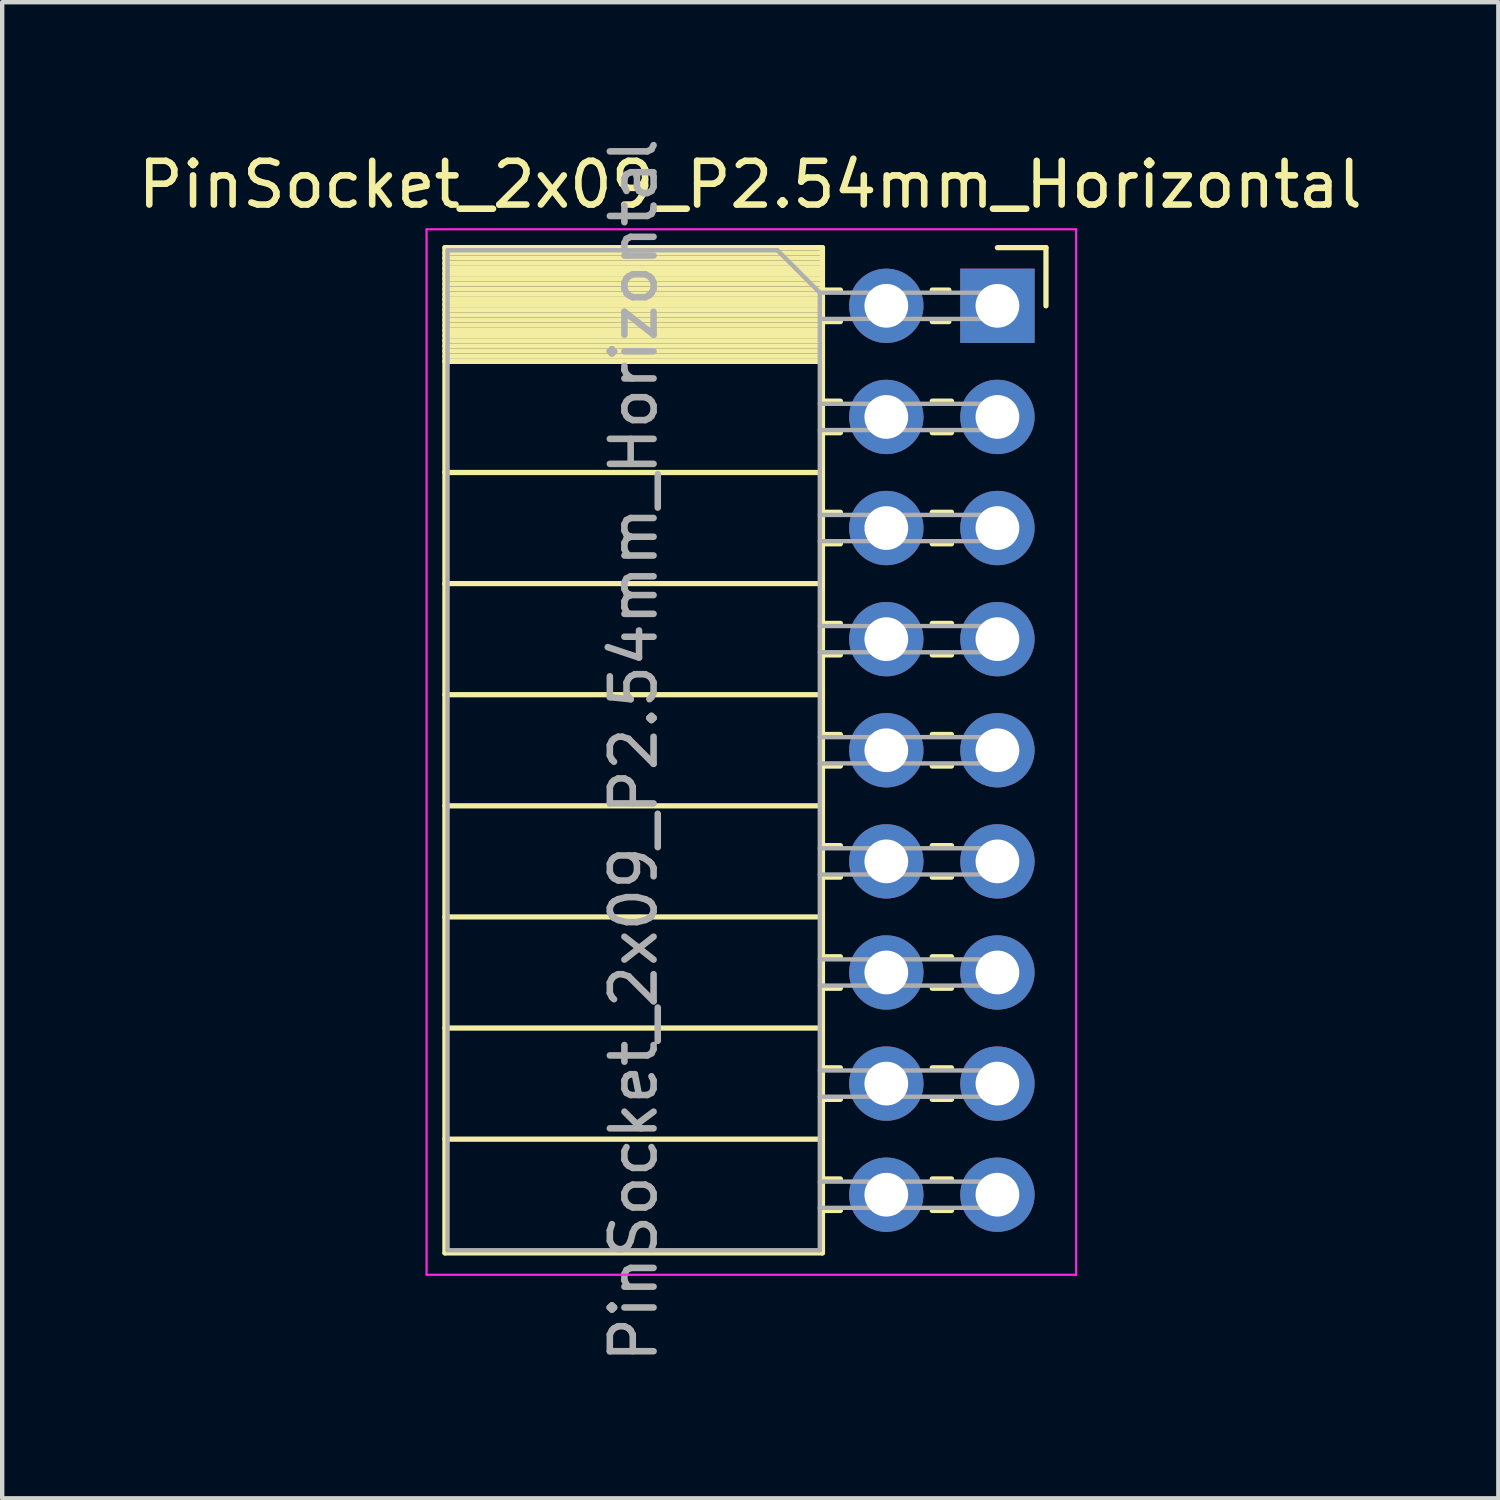
<source format=kicad_pcb>
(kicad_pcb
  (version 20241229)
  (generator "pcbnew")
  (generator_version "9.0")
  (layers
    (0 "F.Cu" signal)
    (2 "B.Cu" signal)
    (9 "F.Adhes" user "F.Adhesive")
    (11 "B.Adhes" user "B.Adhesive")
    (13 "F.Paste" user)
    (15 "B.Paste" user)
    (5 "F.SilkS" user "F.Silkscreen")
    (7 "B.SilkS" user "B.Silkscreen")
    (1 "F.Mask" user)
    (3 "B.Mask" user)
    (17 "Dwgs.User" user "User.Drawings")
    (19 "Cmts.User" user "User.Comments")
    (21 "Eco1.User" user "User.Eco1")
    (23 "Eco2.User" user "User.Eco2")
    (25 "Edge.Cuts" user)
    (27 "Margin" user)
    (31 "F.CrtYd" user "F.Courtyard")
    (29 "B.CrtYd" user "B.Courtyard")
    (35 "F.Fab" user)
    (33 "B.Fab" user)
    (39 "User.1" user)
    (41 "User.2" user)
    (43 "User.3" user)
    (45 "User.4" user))
  (footprint "PinSocket_2x09_P2.54mm_Horizontal"
    (layer "F.Cu")
    (at 19.751 3.941)
    (property "Reference" "PinSocket_2x09_P2.54mm_Horizontal" (at -5.65 -2.77 0) (layer "F.SilkS") (effects (font (size 1 1) (thickness 0.15))))
    (attr through_hole)
    (fp_line (start -12.63 -1.33) (end -12.63 21.65) (stroke (width 0.12) (type solid)) (layer "F.SilkS"))
    (fp_line (start -12.63 -1.33) (end -4 -1.33) (stroke (width 0.12) (type solid)) (layer "F.SilkS"))
    (fp_line (start -12.63 -1.21) (end -4 -1.21) (stroke (width 0.12) (type solid)) (layer "F.SilkS"))
    (fp_line (start -12.63 -1.092) (end -4 -1.092) (stroke (width 0.12) (type solid)) (layer "F.SilkS"))
    (fp_line (start -12.63 -0.974) (end -4 -0.974) (stroke (width 0.12) (type solid)) (layer "F.SilkS"))
    (fp_line (start -12.63 -0.856) (end -4 -0.856) (stroke (width 0.12) (type solid)) (layer "F.SilkS"))
    (fp_line (start -12.63 -0.738) (end -4 -0.738) (stroke (width 0.12) (type solid)) (layer "F.SilkS"))
    (fp_line (start -12.63 -0.62) (end -4 -0.62) (stroke (width 0.12) (type solid)) (layer "F.SilkS"))
    (fp_line (start -12.63 -0.501) (end -4 -0.501) (stroke (width 0.12) (type solid)) (layer "F.SilkS"))
    (fp_line (start -12.63 -0.383) (end -4 -0.383) (stroke (width 0.12) (type solid)) (layer "F.SilkS"))
    (fp_line (start -12.63 -0.265) (end -4 -0.265) (stroke (width 0.12) (type solid)) (layer "F.SilkS"))
    (fp_line (start -12.63 -0.147) (end -4 -0.147) (stroke (width 0.12) (type solid)) (layer "F.SilkS"))
    (fp_line (start -12.63 -0.029) (end -4 -0.029) (stroke (width 0.12) (type solid)) (layer "F.SilkS"))
    (fp_line (start -12.63 0.089) (end -4 0.089) (stroke (width 0.12) (type solid)) (layer "F.SilkS"))
    (fp_line (start -12.63 0.207) (end -4 0.207) (stroke (width 0.12) (type solid)) (layer "F.SilkS"))
    (fp_line (start -12.63 0.325) (end -4 0.325) (stroke (width 0.12) (type solid)) (layer "F.SilkS"))
    (fp_line (start -12.63 0.443) (end -4 0.443) (stroke (width 0.12) (type solid)) (layer "F.SilkS"))
    (fp_line (start -12.63 0.561) (end -4 0.561) (stroke (width 0.12) (type solid)) (layer "F.SilkS"))
    (fp_line (start -12.63 0.68) (end -4 0.68) (stroke (width 0.12) (type solid)) (layer "F.SilkS"))
    (fp_line (start -12.63 0.798) (end -4 0.798) (stroke (width 0.12) (type solid)) (layer "F.SilkS"))
    (fp_line (start -12.63 0.916) (end -4 0.916) (stroke (width 0.12) (type solid)) (layer "F.SilkS"))
    (fp_line (start -12.63 1.034) (end -4 1.034) (stroke (width 0.12) (type solid)) (layer "F.SilkS"))
    (fp_line (start -12.63 1.152) (end -4 1.152) (stroke (width 0.12) (type solid)) (layer "F.SilkS"))
    (fp_line (start -12.63 1.27) (end -4 1.27) (stroke (width 0.12) (type solid)) (layer "F.SilkS"))
    (fp_line (start -12.63 3.81) (end -4 3.81) (stroke (width 0.12) (type solid)) (layer "F.SilkS"))
    (fp_line (start -12.63 6.35) (end -4 6.35) (stroke (width 0.12) (type solid)) (layer "F.SilkS"))
    (fp_line (start -12.63 8.89) (end -4 8.89) (stroke (width 0.12) (type solid)) (layer "F.SilkS"))
    (fp_line (start -12.63 11.43) (end -4 11.43) (stroke (width 0.12) (type solid)) (layer "F.SilkS"))
    (fp_line (start -12.63 13.97) (end -4 13.97) (stroke (width 0.12) (type solid)) (layer "F.SilkS"))
    (fp_line (start -12.63 16.51) (end -4 16.51) (stroke (width 0.12) (type solid)) (layer "F.SilkS"))
    (fp_line (start -12.63 19.05) (end -4 19.05) (stroke (width 0.12) (type solid)) (layer "F.SilkS"))
    (fp_line (start -12.63 21.65) (end -4 21.65) (stroke (width 0.12) (type solid)) (layer "F.SilkS"))
    (fp_line (start -4 -1.33) (end -4 21.65) (stroke (width 0.12) (type solid)) (layer "F.SilkS"))
    (fp_line (start -4 -0.36) (end -3.59 -0.36) (stroke (width 0.12) (type solid)) (layer "F.SilkS"))
    (fp_line (start -4 0.36) (end -3.59 0.36) (stroke (width 0.12) (type solid)) (layer "F.SilkS"))
    (fp_line (start -4 2.18) (end -3.59 2.18) (stroke (width 0.12) (type solid)) (layer "F.SilkS"))
    (fp_line (start -4 2.9) (end -3.59 2.9) (stroke (width 0.12) (type solid)) (layer "F.SilkS"))
    (fp_line (start -4 4.72) (end -3.59 4.72) (stroke (width 0.12) (type solid)) (layer "F.SilkS"))
    (fp_line (start -4 5.44) (end -3.59 5.44) (stroke (width 0.12) (type solid)) (layer "F.SilkS"))
    (fp_line (start -4 7.26) (end -3.59 7.26) (stroke (width 0.12) (type solid)) (layer "F.SilkS"))
    (fp_line (start -4 7.98) (end -3.59 7.98) (stroke (width 0.12) (type solid)) (layer "F.SilkS"))
    (fp_line (start -4 9.8) (end -3.59 9.8) (stroke (width 0.12) (type solid)) (layer "F.SilkS"))
    (fp_line (start -4 10.52) (end -3.59 10.52) (stroke (width 0.12) (type solid)) (layer "F.SilkS"))
    (fp_line (start -4 12.34) (end -3.59 12.34) (stroke (width 0.12) (type solid)) (layer "F.SilkS"))
    (fp_line (start -4 13.06) (end -3.59 13.06) (stroke (width 0.12) (type solid)) (layer "F.SilkS"))
    (fp_line (start -4 14.88) (end -3.59 14.88) (stroke (width 0.12) (type solid)) (layer "F.SilkS"))
    (fp_line (start -4 15.6) (end -3.59 15.6) (stroke (width 0.12) (type solid)) (layer "F.SilkS"))
    (fp_line (start -4 17.42) (end -3.59 17.42) (stroke (width 0.12) (type solid)) (layer "F.SilkS"))
    (fp_line (start -4 18.14) (end -3.59 18.14) (stroke (width 0.12) (type solid)) (layer "F.SilkS"))
    (fp_line (start -4 19.96) (end -3.59 19.96) (stroke (width 0.12) (type solid)) (layer "F.SilkS"))
    (fp_line (start -4 20.68) (end -3.59 20.68) (stroke (width 0.12) (type solid)) (layer "F.SilkS"))
    (fp_line (start -1.49 -0.36) (end -1.11 -0.36) (stroke (width 0.12) (type solid)) (layer "F.SilkS"))
    (fp_line (start -1.49 0.36) (end -1.11 0.36) (stroke (width 0.12) (type solid)) (layer "F.SilkS"))
    (fp_line (start -1.49 2.18) (end -1.05 2.18) (stroke (width 0.12) (type solid)) (layer "F.SilkS"))
    (fp_line (start -1.49 2.9) (end -1.05 2.9) (stroke (width 0.12) (type solid)) (layer "F.SilkS"))
    (fp_line (start -1.49 4.72) (end -1.05 4.72) (stroke (width 0.12) (type solid)) (layer "F.SilkS"))
    (fp_line (start -1.49 5.44) (end -1.05 5.44) (stroke (width 0.12) (type solid)) (layer "F.SilkS"))
    (fp_line (start -1.49 7.26) (end -1.05 7.26) (stroke (width 0.12) (type solid)) (layer "F.SilkS"))
    (fp_line (start -1.49 7.98) (end -1.05 7.98) (stroke (width 0.12) (type solid)) (layer "F.SilkS"))
    (fp_line (start -1.49 9.8) (end -1.05 9.8) (stroke (width 0.12) (type solid)) (layer "F.SilkS"))
    (fp_line (start -1.49 10.52) (end -1.05 10.52) (stroke (width 0.12) (type solid)) (layer "F.SilkS"))
    (fp_line (start -1.49 12.34) (end -1.05 12.34) (stroke (width 0.12) (type solid)) (layer "F.SilkS"))
    (fp_line (start -1.49 13.06) (end -1.05 13.06) (stroke (width 0.12) (type solid)) (layer "F.SilkS"))
    (fp_line (start -1.49 14.88) (end -1.05 14.88) (stroke (width 0.12) (type solid)) (layer "F.SilkS"))
    (fp_line (start -1.49 15.6) (end -1.05 15.6) (stroke (width 0.12) (type solid)) (layer "F.SilkS"))
    (fp_line (start -1.49 17.42) (end -1.05 17.42) (stroke (width 0.12) (type solid)) (layer "F.SilkS"))
    (fp_line (start -1.49 18.14) (end -1.05 18.14) (stroke (width 0.12) (type solid)) (layer "F.SilkS"))
    (fp_line (start -1.49 19.96) (end -1.05 19.96) (stroke (width 0.12) (type solid)) (layer "F.SilkS"))
    (fp_line (start -1.49 20.68) (end -1.05 20.68) (stroke (width 0.12) (type solid)) (layer "F.SilkS"))
    (fp_line (start 0 -1.33) (end 1.11 -1.33) (stroke (width 0.12) (type solid)) (layer "F.SilkS"))
    (fp_line (start 1.11 -1.33) (end 1.11 0) (stroke (width 0.12) (type solid)) (layer "F.SilkS"))
    (fp_line (start -13.05 -1.75) (end -13.05 22.15) (stroke (width 0.05) (type solid)) (layer "F.CrtYd"))
    (fp_line (start -13.05 22.15) (end 1.8 22.15) (stroke (width 0.05) (type solid)) (layer "F.CrtYd"))
    (fp_line (start 1.8 -1.75) (end -13.05 -1.75) (stroke (width 0.05) (type solid)) (layer "F.CrtYd"))
    (fp_line (start 1.8 22.15) (end 1.8 -1.75) (stroke (width 0.05) (type solid)) (layer "F.CrtYd"))
    (fp_line (start -12.57 -1.27) (end -5.03 -1.27) (stroke (width 0.1) (type solid)) (layer "F.Fab"))
    (fp_line (start -12.57 21.59) (end -12.57 -1.27) (stroke (width 0.1) (type solid)) (layer "F.Fab"))
    (fp_line (start -5.03 -1.27) (end -4.06 -0.3) (stroke (width 0.1) (type solid)) (layer "F.Fab"))
    (fp_line (start -4.06 -0.3) (end -4.06 21.59) (stroke (width 0.1) (type solid)) (layer "F.Fab"))
    (fp_line (start -4.06 0.3) (end 0 0.3) (stroke (width 0.1) (type solid)) (layer "F.Fab"))
    (fp_line (start -4.06 2.84) (end 0 2.84) (stroke (width 0.1) (type solid)) (layer "F.Fab"))
    (fp_line (start -4.06 5.38) (end 0 5.38) (stroke (width 0.1) (type solid)) (layer "F.Fab"))
    (fp_line (start -4.06 7.92) (end 0 7.92) (stroke (width 0.1) (type solid)) (layer "F.Fab"))
    (fp_line (start -4.06 10.46) (end 0 10.46) (stroke (width 0.1) (type solid)) (layer "F.Fab"))
    (fp_line (start -4.06 13) (end 0 13) (stroke (width 0.1) (type solid)) (layer "F.Fab"))
    (fp_line (start -4.06 15.54) (end 0 15.54) (stroke (width 0.1) (type solid)) (layer "F.Fab"))
    (fp_line (start -4.06 18.08) (end 0 18.08) (stroke (width 0.1) (type solid)) (layer "F.Fab"))
    (fp_line (start -4.06 20.62) (end 0 20.62) (stroke (width 0.1) (type solid)) (layer "F.Fab"))
    (fp_line (start -4.06 21.59) (end -12.57 21.59) (stroke (width 0.1) (type solid)) (layer "F.Fab"))
    (fp_line (start 0 -0.3) (end -4.06 -0.3) (stroke (width 0.1) (type solid)) (layer "F.Fab"))
    (fp_line (start 0 0.3) (end 0 -0.3) (stroke (width 0.1) (type solid)) (layer "F.Fab"))
    (fp_line (start 0 2.24) (end -4.06 2.24) (stroke (width 0.1) (type solid)) (layer "F.Fab"))
    (fp_line (start 0 2.84) (end 0 2.24) (stroke (width 0.1) (type solid)) (layer "F.Fab"))
    (fp_line (start 0 4.78) (end -4.06 4.78) (stroke (width 0.1) (type solid)) (layer "F.Fab"))
    (fp_line (start 0 5.38) (end 0 4.78) (stroke (width 0.1) (type solid)) (layer "F.Fab"))
    (fp_line (start 0 7.32) (end -4.06 7.32) (stroke (width 0.1) (type solid)) (layer "F.Fab"))
    (fp_line (start 0 7.92) (end 0 7.32) (stroke (width 0.1) (type solid)) (layer "F.Fab"))
    (fp_line (start 0 9.86) (end -4.06 9.86) (stroke (width 0.1) (type solid)) (layer "F.Fab"))
    (fp_line (start 0 10.46) (end 0 9.86) (stroke (width 0.1) (type solid)) (layer "F.Fab"))
    (fp_line (start 0 12.4) (end -4.06 12.4) (stroke (width 0.1) (type solid)) (layer "F.Fab"))
    (fp_line (start 0 13) (end 0 12.4) (stroke (width 0.1) (type solid)) (layer "F.Fab"))
    (fp_line (start 0 14.94) (end -4.06 14.94) (stroke (width 0.1) (type solid)) (layer "F.Fab"))
    (fp_line (start 0 15.54) (end 0 14.94) (stroke (width 0.1) (type solid)) (layer "F.Fab"))
    (fp_line (start 0 17.48) (end -4.06 17.48) (stroke (width 0.1) (type solid)) (layer "F.Fab"))
    (fp_line (start 0 18.08) (end 0 17.48) (stroke (width 0.1) (type solid)) (layer "F.Fab"))
    (fp_line (start 0 20.02) (end -4.06 20.02) (stroke (width 0.1) (type solid)) (layer "F.Fab"))
    (fp_line (start 0 20.62) (end 0 20.02) (stroke (width 0.1) (type solid)) (layer "F.Fab"))
    (fp_text user "${REFERENCE}" (at -8.315 10.16 90) (layer "F.Fab") (effects (font (size 1 1) (thickness 0.15))))
    (pad "1" thru_hole rect (at 0 0) (size 1.7 1.7) (drill 1) (layers "*.Cu" "*.Mask"))
    (pad "2" thru_hole circle (at -2.54 0) (size 1.7 1.7) (drill 1) (layers "*.Cu" "*.Mask"))
    (pad "3" thru_hole circle (at 0 2.54) (size 1.7 1.7) (drill 1) (layers "*.Cu" "*.Mask"))
    (pad "4" thru_hole circle (at -2.54 2.54) (size 1.7 1.7) (drill 1) (layers "*.Cu" "*.Mask"))
    (pad "5" thru_hole circle (at 0 5.08) (size 1.7 1.7) (drill 1) (layers "*.Cu" "*.Mask"))
    (pad "6" thru_hole circle (at -2.54 5.08) (size 1.7 1.7) (drill 1) (layers "*.Cu" "*.Mask"))
    (pad "7" thru_hole circle (at 0 7.62) (size 1.7 1.7) (drill 1) (layers "*.Cu" "*.Mask"))
    (pad "8" thru_hole circle (at -2.54 7.62) (size 1.7 1.7) (drill 1) (layers "*.Cu" "*.Mask"))
    (pad "9" thru_hole circle (at 0 10.16) (size 1.7 1.7) (drill 1) (layers "*.Cu" "*.Mask"))
    (pad "10" thru_hole circle (at -2.54 10.16) (size 1.7 1.7) (drill 1) (layers "*.Cu" "*.Mask"))
    (pad "11" thru_hole circle (at 0 12.7) (size 1.7 1.7) (drill 1) (layers "*.Cu" "*.Mask"))
    (pad "12" thru_hole circle (at -2.54 12.7) (size 1.7 1.7) (drill 1) (layers "*.Cu" "*.Mask"))
    (pad "13" thru_hole circle (at 0 15.24) (size 1.7 1.7) (drill 1) (layers "*.Cu" "*.Mask"))
    (pad "14" thru_hole circle (at -2.54 15.24) (size 1.7 1.7) (drill 1) (layers "*.Cu" "*.Mask"))
    (pad "15" thru_hole circle (at 0 17.78) (size 1.7 1.7) (drill 1) (layers "*.Cu" "*.Mask"))
    (pad "16" thru_hole circle (at -2.54 17.78) (size 1.7 1.7) (drill 1) (layers "*.Cu" "*.Mask"))
    (pad "17" thru_hole circle (at 0 20.32) (size 1.7 1.7) (drill 1) (layers "*.Cu" "*.Mask"))
    (pad "18" thru_hole circle (at -2.54 20.32) (size 1.7 1.7) (drill 1) (layers "*.Cu" "*.Mask")))
  (gr_rect
    (start -3 -3)
    (end 31.202 31.202)
    (stroke (width 0.1) (type default))
    (fill no)
    (layer "Edge.Cuts")))
</source>
